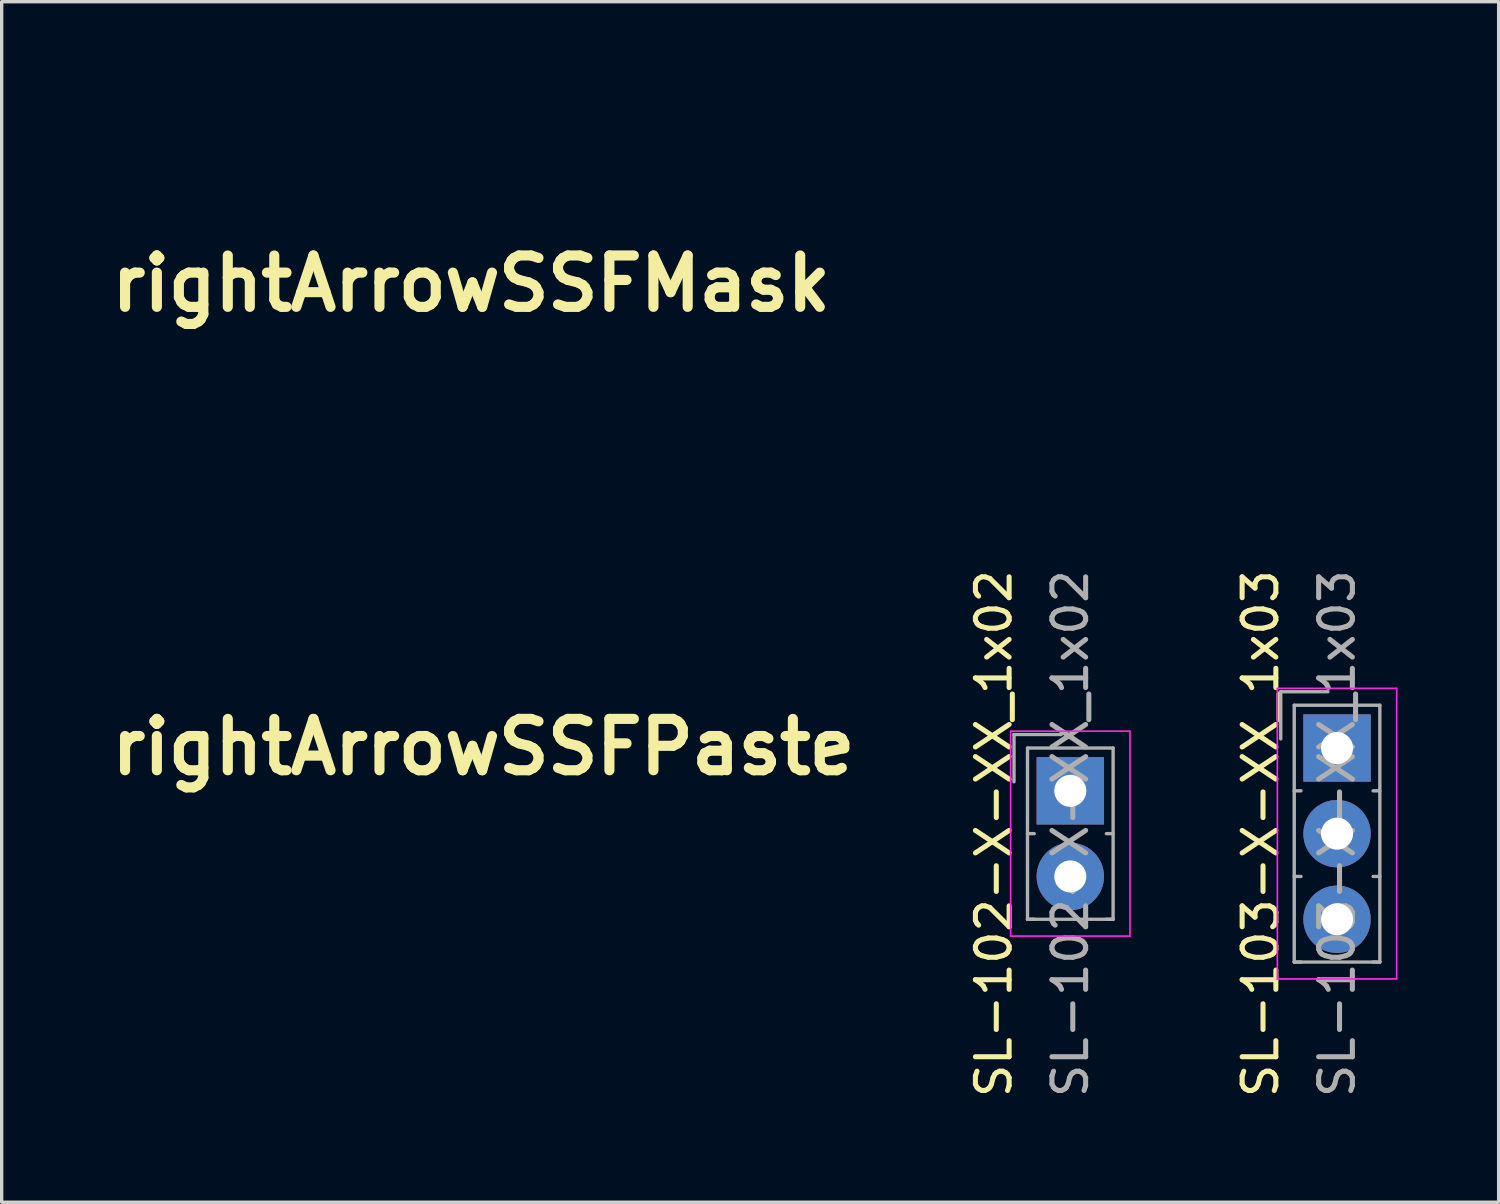
<source format=kicad_pcb>
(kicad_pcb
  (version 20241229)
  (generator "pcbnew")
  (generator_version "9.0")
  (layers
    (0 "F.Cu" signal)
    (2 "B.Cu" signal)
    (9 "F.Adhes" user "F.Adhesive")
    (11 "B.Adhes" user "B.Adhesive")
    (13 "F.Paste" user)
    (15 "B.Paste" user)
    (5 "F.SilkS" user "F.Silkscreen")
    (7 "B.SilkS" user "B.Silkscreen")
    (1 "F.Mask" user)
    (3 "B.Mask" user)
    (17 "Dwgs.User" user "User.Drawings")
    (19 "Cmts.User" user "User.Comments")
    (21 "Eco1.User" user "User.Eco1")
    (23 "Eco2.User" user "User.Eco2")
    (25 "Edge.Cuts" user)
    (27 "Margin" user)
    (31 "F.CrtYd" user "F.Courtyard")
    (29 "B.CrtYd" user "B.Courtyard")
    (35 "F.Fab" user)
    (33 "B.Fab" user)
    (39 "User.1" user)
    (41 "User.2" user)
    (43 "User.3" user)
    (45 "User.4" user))
  (footprint "SL-102-X-XX_1x02"
    (layer "F.Cu")
    (at 28.703 20.412)
    (property "Reference" "SL-102-X-XX_1x02" (at -2.27 1.27 90) (layer "F.SilkS") (effects (font (size 1 1) (thickness 0.15))))
    (attr through_hole)
    (fp_line (start -1.77 -1.77) (end -1.77 4.31) (stroke (width 0.05) (type solid)) (layer "F.CrtYd"))
    (fp_line (start -1.77 4.31) (end 1.77 4.31) (stroke (width 0.05) (type solid)) (layer "F.CrtYd"))
    (fp_line (start 1.77 -1.77) (end -1.77 -1.77) (stroke (width 0.05) (type solid)) (layer "F.CrtYd"))
    (fp_line (start 1.77 4.31) (end 1.77 -1.77) (stroke (width 0.05) (type solid)) (layer "F.CrtYd"))
    (fp_line (start -1.67 -1.67) (end -1.67 -0.27) (stroke (width 0.1) (type solid)) (layer "F.Fab"))
    (fp_line (start -1.27 -1.27) (end -1.27 3.81) (stroke (width 0.1) (type solid)) (layer "F.Fab"))
    (fp_line (start -1.27 1.27) (end -1.07 1.27) (stroke (width 0.1) (type solid)) (layer "F.Fab"))
    (fp_line (start -1.27 3.81) (end -1.07 3.81) (stroke (width 0.1) (type solid)) (layer "F.Fab"))
    (fp_line (start -1.27 3.81) (end 1.27 3.81) (stroke (width 0.1) (type solid)) (layer "F.Fab"))
    (fp_line (start -0.27 -1.67) (end -1.67 -1.67) (stroke (width 0.1) (type solid)) (layer "F.Fab"))
    (fp_line (start 1.27 -1.27) (end -1.27 -1.27) (stroke (width 0.1) (type solid)) (layer "F.Fab"))
    (fp_line (start 1.27 1.27) (end 1.07 1.27) (stroke (width 0.1) (type solid)) (layer "F.Fab"))
    (fp_line (start 1.27 3.81) (end 1.07 3.81) (stroke (width 0.1) (type solid)) (layer "F.Fab"))
    (fp_line (start 1.27 3.81) (end 1.27 -1.27) (stroke (width 0.1) (type solid)) (layer "F.Fab"))
    (fp_text user "${REFERENCE}" (at 0 1.27 90) (layer "F.Fab") (effects (font (size 1 1) (thickness 0.15))))
    (pad "1" thru_hole rect (at 0 0) (size 2 2) (drill 0.95) (layers "*.Cu" "*.Mask"))
    (pad "2" thru_hole circle (at 0 2.54) (size 2 2) (drill 0.95) (layers "*.Cu" "*.Mask")))
  (footprint "rightArrowSSFPaste"
    (layer "F.Cu")
    (at 11.292 19.112)
    (property "Reference" "rightArrowSSFPaste" (at 0 0 0) (layer "F.SilkS") (effects (font (size 1.524 1.524) (thickness 0.3))))
    (attr through_hole)
    (fp_poly (pts (xy 1.095 -5.292) (xy 1.27 -5.256) (xy 2.121 -4.974) (xy 2.914 -4.547) (xy 3.632 -3.996) (xy 4.254 -3.339) (xy 4.762 -2.595) (xy 5.135 -1.785) (xy 5.287 -1.27) (xy 5.379 -0.684) (xy 5.411 -0.019) (xy 5.383 0.647) (xy 5.294 1.237) (xy 5.288 1.266) (xy 5.002 2.12) (xy 4.577 2.903) (xy 4.03 3.601) (xy 3.379 4.201) (xy 2.642 4.691) (xy 1.837 5.059) (xy 0.982 5.293) (xy 0.096 5.379) (xy -0.595 5.337) (xy -1.52 5.133) (xy -2.38 4.781) (xy -3.159 4.292) (xy -3.844 3.678) (xy -4.418 2.952) (xy -4.869 2.126) (xy -5.094 1.524) (xy -5.239 0.864) (xy -5.299 0.132) (xy -5.274 -0.61) (xy -5.166 -1.303) (xy -5.058 -1.679) (xy -4.745 -2.38) (xy -2.034 -2.38) (xy -2.022 -2.117) (xy -1.967 -1.989) (xy -1.883 -1.922) (xy -1.683 -1.779) (xy -1.394 -1.579) (xy -1.04 -1.339) (xy -0.65 -1.076) (xy -0.247 -0.808) (xy 0.141 -0.553) (xy 0.488 -0.327) (xy 0.769 -0.149) (xy 0.783 -0.14) (xy 0.943 -0.024) (xy 1.014 0.062) (xy 1.015 0.065) (xy 0.946 0.128) (xy 0.757 0.267) (xy 0.469 0.467) (xy 0.104 0.713) (xy -0.317 0.989) (xy -0.359 1.016) (xy -0.796 1.302) (xy -1.192 1.566) (xy -1.521 1.79) (xy -1.759 1.957) (xy -1.879 2.052) (xy -1.881 2.053) (xy -1.996 2.267) (xy -2.028 2.551) (xy -1.978 2.829) (xy -1.892 2.978) (xy -1.666 3.103) (xy -1.402 3.133) (xy -1.263 3.122) (xy -1.114 3.083) (xy -0.93 3.002) (xy -0.69 2.867) (xy -0.369 2.666) (xy 0.055 2.387) (xy 0.331 2.201) (xy 0.757 1.916) (xy 1.133 1.665) (xy 1.437 1.465) (xy 1.648 1.329) (xy 1.744 1.271) (xy 1.747 1.27) (xy 1.854 1.221) (xy 2.049 1.094) (xy 2.29 0.921) (xy 2.534 0.734) (xy 2.739 0.564) (xy 2.865 0.442) (xy 2.88 0.42) (xy 2.959 0.11) (xy 2.897 -0.206) (xy 2.839 -0.309) (xy 2.729 -0.414) (xy 2.503 -0.591) (xy 2.188 -0.821) (xy 1.809 -1.085) (xy 1.506 -1.29) (xy 0.785 -1.768) (xy 0.191 -2.159) (xy -0.291 -2.469) (xy -0.675 -2.707) (xy -0.975 -2.877) (xy -1.206 -2.987) (xy -1.382 -3.044) (xy -1.518 -3.055) (xy -1.627 -3.025) (xy -1.725 -2.963) (xy -1.825 -2.874) (xy -1.836 -2.864) (xy -1.968 -2.654) (xy -2.034 -2.38) (xy -4.745 -2.38) (xy -4.659 -2.572) (xy -4.134 -3.362) (xy -3.494 -4.04) (xy -2.751 -4.592) (xy -1.917 -5.009) (xy -1.584 -5.128) (xy -0.962 -5.274) (xy -0.262 -5.352) (xy 0.447 -5.359) (xy 1.095 -5.292)) (stroke (width 0.01) (type solid)) (fill yes) (layer "F.Paste"))
    (pad "" smd circle (at -2.54 0) (size 1 1) (layers "F.Paste")))
  (footprint "SL-103-X-XX_1x03"
    (layer "F.Cu")
    (at 36.616 19.142)
    (property "Reference" "SL-103-X-XX_1x03" (at -2.27 2.54 90) (layer "F.SilkS") (effects (font (size 1 1) (thickness 0.15))))
    (attr through_hole)
    (fp_line (start -1.77 -1.77) (end -1.77 6.85) (stroke (width 0.05) (type solid)) (layer "F.CrtYd"))
    (fp_line (start -1.77 6.85) (end 1.77 6.85) (stroke (width 0.05) (type solid)) (layer "F.CrtYd"))
    (fp_line (start 1.77 -1.77) (end -1.77 -1.77) (stroke (width 0.05) (type solid)) (layer "F.CrtYd"))
    (fp_line (start 1.77 6.85) (end 1.77 -1.77) (stroke (width 0.05) (type solid)) (layer "F.CrtYd"))
    (fp_line (start -1.67 -1.67) (end -1.67 -0.27) (stroke (width 0.1) (type solid)) (layer "F.Fab"))
    (fp_line (start -1.27 -1.27) (end -1.27 6.35) (stroke (width 0.1) (type solid)) (layer "F.Fab"))
    (fp_line (start -1.27 1.27) (end -1.07 1.27) (stroke (width 0.1) (type solid)) (layer "F.Fab"))
    (fp_line (start -1.27 3.81) (end -1.07 3.81) (stroke (width 0.1) (type solid)) (layer "F.Fab"))
    (fp_line (start -1.27 6.35) (end -1.07 6.35) (stroke (width 0.1) (type solid)) (layer "F.Fab"))
    (fp_line (start -1.27 6.35) (end 1.27 6.35) (stroke (width 0.1) (type solid)) (layer "F.Fab"))
    (fp_line (start -0.27 -1.67) (end -1.67 -1.67) (stroke (width 0.1) (type solid)) (layer "F.Fab"))
    (fp_line (start 1.27 -1.27) (end -1.27 -1.27) (stroke (width 0.1) (type solid)) (layer "F.Fab"))
    (fp_line (start 1.27 1.27) (end 1.07 1.27) (stroke (width 0.1) (type solid)) (layer "F.Fab"))
    (fp_line (start 1.27 3.81) (end 1.07 3.81) (stroke (width 0.1) (type solid)) (layer "F.Fab"))
    (fp_line (start 1.27 6.35) (end 1.07 6.35) (stroke (width 0.1) (type solid)) (layer "F.Fab"))
    (fp_line (start 1.27 6.35) (end 1.27 -1.27) (stroke (width 0.1) (type solid)) (layer "F.Fab"))
    (fp_text user "${REFERENCE}" (at 0 2.54 90) (layer "F.Fab") (effects (font (size 1 1) (thickness 0.15))))
    (pad "1" thru_hole rect (at 0 0) (size 2 2) (drill 0.95) (layers "*.Cu" "*.Mask"))
    (pad "2" thru_hole circle (at 0 2.54) (size 2 2) (drill 0.95) (layers "*.Cu" "*.Mask"))
    (pad "3" thru_hole circle (at 0 5.08) (size 2 2) (drill 0.95) (layers "*.Cu" "*.Mask")))
  (footprint "rightArrowSSFMask"
    (layer "F.Cu")
    (at 10.929 5.364)
    (property "Reference" "rightArrowSSFMask" (at 0 0 0) (layer "F.SilkS") (effects (font (size 1.524 1.524) (thickness 0.3))))
    (attr through_hole)
    (fp_poly (pts (xy 1.095 -5.292) (xy 1.27 -5.256) (xy 2.121 -4.974) (xy 2.914 -4.547) (xy 3.632 -3.996) (xy 4.254 -3.339) (xy 4.762 -2.595) (xy 5.135 -1.785) (xy 5.287 -1.27) (xy 5.379 -0.684) (xy 5.411 -0.019) (xy 5.383 0.647) (xy 5.294 1.237) (xy 5.288 1.266) (xy 5.002 2.12) (xy 4.577 2.903) (xy 4.03 3.601) (xy 3.379 4.201) (xy 2.642 4.691) (xy 1.837 5.059) (xy 0.982 5.293) (xy 0.096 5.379) (xy -0.595 5.337) (xy -1.52 5.133) (xy -2.38 4.781) (xy -3.159 4.292) (xy -3.844 3.678) (xy -4.418 2.952) (xy -4.869 2.126) (xy -5.094 1.524) (xy -5.239 0.864) (xy -5.299 0.132) (xy -5.274 -0.61) (xy -5.166 -1.303) (xy -5.058 -1.679) (xy -4.745 -2.38) (xy -2.034 -2.38) (xy -2.022 -2.117) (xy -1.967 -1.989) (xy -1.883 -1.922) (xy -1.683 -1.779) (xy -1.394 -1.579) (xy -1.04 -1.339) (xy -0.65 -1.076) (xy -0.247 -0.808) (xy 0.141 -0.553) (xy 0.488 -0.327) (xy 0.769 -0.149) (xy 0.783 -0.14) (xy 0.943 -0.024) (xy 1.014 0.062) (xy 1.015 0.065) (xy 0.946 0.128) (xy 0.757 0.267) (xy 0.469 0.467) (xy 0.104 0.713) (xy -0.317 0.989) (xy -0.359 1.016) (xy -0.796 1.302) (xy -1.192 1.566) (xy -1.521 1.79) (xy -1.759 1.957) (xy -1.879 2.052) (xy -1.881 2.053) (xy -1.996 2.267) (xy -2.028 2.551) (xy -1.978 2.829) (xy -1.892 2.978) (xy -1.666 3.103) (xy -1.402 3.133) (xy -1.263 3.122) (xy -1.114 3.083) (xy -0.93 3.002) (xy -0.69 2.867) (xy -0.369 2.666) (xy 0.055 2.387) (xy 0.331 2.201) (xy 0.757 1.916) (xy 1.133 1.665) (xy 1.437 1.465) (xy 1.648 1.329) (xy 1.744 1.271) (xy 1.747 1.27) (xy 1.854 1.221) (xy 2.049 1.094) (xy 2.29 0.921) (xy 2.534 0.734) (xy 2.739 0.564) (xy 2.865 0.442) (xy 2.88 0.42) (xy 2.959 0.11) (xy 2.897 -0.206) (xy 2.839 -0.309) (xy 2.729 -0.414) (xy 2.503 -0.591) (xy 2.188 -0.821) (xy 1.809 -1.085) (xy 1.506 -1.29) (xy 0.785 -1.768) (xy 0.191 -2.159) (xy -0.291 -2.469) (xy -0.675 -2.707) (xy -0.975 -2.877) (xy -1.206 -2.987) (xy -1.382 -3.044) (xy -1.518 -3.055) (xy -1.627 -3.025) (xy -1.725 -2.963) (xy -1.825 -2.874) (xy -1.836 -2.864) (xy -1.968 -2.654) (xy -2.034 -2.38) (xy -4.745 -2.38) (xy -4.659 -2.572) (xy -4.134 -3.362) (xy -3.494 -4.04) (xy -2.751 -4.592) (xy -1.917 -5.009) (xy -1.584 -5.128) (xy -0.962 -5.274) (xy -0.262 -5.352) (xy 0.447 -5.359) (xy 1.095 -5.292)) (stroke (width 0.01) (type solid)) (fill yes) (layer "F.Mask"))
    (pad "" smd circle (at -2.54 0) (size 1 1) (layers "F.Mask")))
  (gr_rect
    (start -3 -3)
    (end 41.411 32.617)
    (stroke (width 0.1) (type default))
    (fill no)
    (layer "Edge.Cuts")))
</source>
